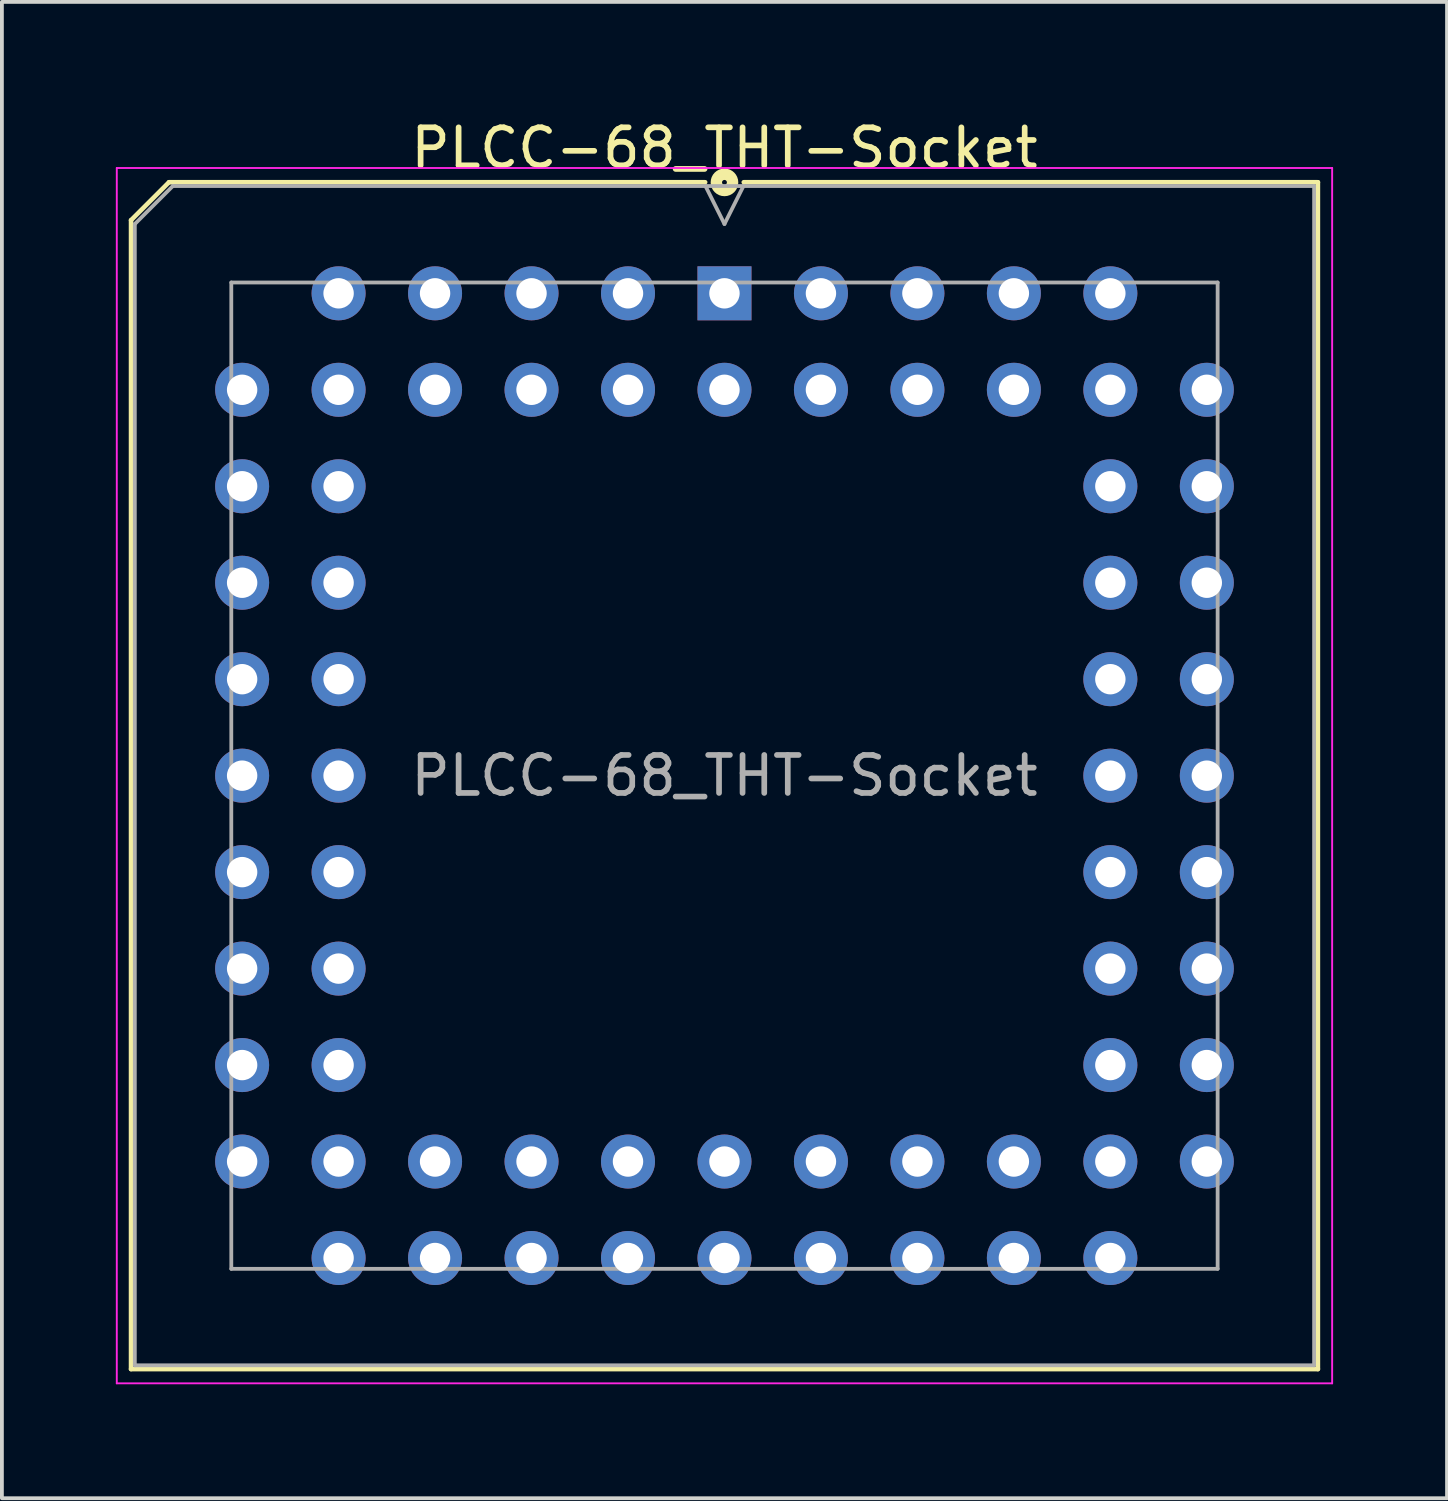
<source format=kicad_pcb>
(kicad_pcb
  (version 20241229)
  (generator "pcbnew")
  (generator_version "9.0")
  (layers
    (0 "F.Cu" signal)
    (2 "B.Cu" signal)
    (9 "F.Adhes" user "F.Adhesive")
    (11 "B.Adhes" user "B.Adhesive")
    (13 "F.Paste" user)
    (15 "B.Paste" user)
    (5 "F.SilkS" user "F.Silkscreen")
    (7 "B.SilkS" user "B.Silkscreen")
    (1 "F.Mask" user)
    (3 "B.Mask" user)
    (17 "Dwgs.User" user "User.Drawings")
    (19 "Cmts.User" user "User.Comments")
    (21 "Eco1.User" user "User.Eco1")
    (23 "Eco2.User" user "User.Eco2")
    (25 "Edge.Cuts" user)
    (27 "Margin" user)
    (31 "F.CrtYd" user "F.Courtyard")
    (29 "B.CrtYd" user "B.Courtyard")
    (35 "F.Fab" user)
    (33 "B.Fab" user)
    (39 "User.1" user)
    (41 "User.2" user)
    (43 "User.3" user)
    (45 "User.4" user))
  (footprint "PLCC-68_THT-Socket"
    (layer "F.Cu")
    (at 16.025 4.673)
    (property "Reference" "PLCC-68_THT-Socket" (at 0 -3.825 0) (layer "F.SilkS") (effects (font (size 1 1) (thickness 0.15))))
    (attr through_hole)
    (fp_line (start -15.625 -1.925) (end -15.625 28.325) (stroke (width 0.12) (type solid)) (layer "F.SilkS"))
    (fp_line (start -15.625 28.325) (end 15.625 28.325) (stroke (width 0.12) (type solid)) (layer "F.SilkS"))
    (fp_line (start -14.625 -2.925) (end -15.625 -1.925) (stroke (width 0.12) (type solid)) (layer "F.SilkS"))
    (fp_line (start -0.508 -2.925) (end -14.625 -2.925) (stroke (width 0.12) (type solid)) (layer "F.SilkS"))
    (fp_line (start 15.625 -2.925) (end 0.508 -2.925) (stroke (width 0.12) (type solid)) (layer "F.SilkS"))
    (fp_line (start 15.625 28.325) (end 15.625 -2.925) (stroke (width 0.12) (type solid)) (layer "F.SilkS"))
    (fp_circle (center 0 -2.921) (end 0.064 -2.921) (stroke (width 0.3) (type solid)) (fill no) (layer "F.SilkS"))
    (fp_line (start -16 -3.3) (end -16 28.7) (stroke (width 0.05) (type solid)) (layer "F.CrtYd"))
    (fp_line (start -16 28.7) (end 16 28.7) (stroke (width 0.05) (type solid)) (layer "F.CrtYd"))
    (fp_line (start 16 -3.3) (end -16 -3.3) (stroke (width 0.05) (type solid)) (layer "F.CrtYd"))
    (fp_line (start 16 28.7) (end 16 -3.3) (stroke (width 0.05) (type solid)) (layer "F.CrtYd"))
    (fp_line (start -15.525 -1.825) (end -15.525 28.225) (stroke (width 0.1) (type solid)) (layer "F.Fab"))
    (fp_line (start -15.525 28.225) (end 15.525 28.225) (stroke (width 0.1) (type solid)) (layer "F.Fab"))
    (fp_line (start -14.525 -2.825) (end -15.525 -1.825) (stroke (width 0.1) (type solid)) (layer "F.Fab"))
    (fp_line (start -12.985 -0.285) (end -12.985 25.685) (stroke (width 0.1) (type solid)) (layer "F.Fab"))
    (fp_line (start -12.985 25.685) (end 12.985 25.685) (stroke (width 0.1) (type solid)) (layer "F.Fab"))
    (fp_line (start -0.5 -2.825) (end 0 -1.825) (stroke (width 0.1) (type solid)) (layer "F.Fab"))
    (fp_line (start 0 -1.825) (end 0.5 -2.825) (stroke (width 0.1) (type solid)) (layer "F.Fab"))
    (fp_line (start 12.985 -0.285) (end -12.985 -0.285) (stroke (width 0.1) (type solid)) (layer "F.Fab"))
    (fp_line (start 12.985 25.685) (end 12.985 -0.285) (stroke (width 0.1) (type solid)) (layer "F.Fab"))
    (fp_line (start 15.525 -2.825) (end -14.525 -2.825) (stroke (width 0.1) (type solid)) (layer "F.Fab"))
    (fp_line (start 15.525 28.225) (end 15.525 -2.825) (stroke (width 0.1) (type solid)) (layer "F.Fab"))
    (fp_text user "${REFERENCE}" (at 0 12.7 0) (layer "F.Fab") (effects (font (size 1 1) (thickness 0.15))))
    (pad "1" thru_hole rect (at 0 0) (size 1.422 1.422) (drill 0.8) (layers "*.Cu" "*.Mask"))
    (pad "2" thru_hole circle (at 0 2.54) (size 1.422 1.422) (drill 0.8) (layers "*.Cu" "*.Mask"))
    (pad "3" thru_hole circle (at -2.54 0) (size 1.422 1.422) (drill 0.8) (layers "*.Cu" "*.Mask"))
    (pad "4" thru_hole circle (at -2.54 2.54) (size 1.422 1.422) (drill 0.8) (layers "*.Cu" "*.Mask"))
    (pad "5" thru_hole circle (at -5.08 0) (size 1.422 1.422) (drill 0.8) (layers "*.Cu" "*.Mask"))
    (pad "6" thru_hole circle (at -5.08 2.54) (size 1.422 1.422) (drill 0.8) (layers "*.Cu" "*.Mask"))
    (pad "7" thru_hole circle (at -7.62 0) (size 1.422 1.422) (drill 0.8) (layers "*.Cu" "*.Mask"))
    (pad "8" thru_hole circle (at -7.62 2.54) (size 1.422 1.422) (drill 0.8) (layers "*.Cu" "*.Mask"))
    (pad "9" thru_hole circle (at -10.16 0) (size 1.422 1.422) (drill 0.8) (layers "*.Cu" "*.Mask"))
    (pad "10" thru_hole circle (at -12.7 2.54) (size 1.422 1.422) (drill 0.8) (layers "*.Cu" "*.Mask"))
    (pad "11" thru_hole circle (at -10.16 2.54) (size 1.422 1.422) (drill 0.8) (layers "*.Cu" "*.Mask"))
    (pad "12" thru_hole circle (at -12.7 5.08) (size 1.422 1.422) (drill 0.8) (layers "*.Cu" "*.Mask"))
    (pad "13" thru_hole circle (at -10.16 5.08) (size 1.422 1.422) (drill 0.8) (layers "*.Cu" "*.Mask"))
    (pad "14" thru_hole circle (at -12.7 7.62) (size 1.422 1.422) (drill 0.8) (layers "*.Cu" "*.Mask"))
    (pad "15" thru_hole circle (at -10.16 7.62) (size 1.422 1.422) (drill 0.8) (layers "*.Cu" "*.Mask"))
    (pad "16" thru_hole circle (at -12.7 10.16) (size 1.422 1.422) (drill 0.8) (layers "*.Cu" "*.Mask"))
    (pad "17" thru_hole circle (at -10.16 10.16) (size 1.422 1.422) (drill 0.8) (layers "*.Cu" "*.Mask"))
    (pad "18" thru_hole circle (at -12.7 12.7) (size 1.422 1.422) (drill 0.8) (layers "*.Cu" "*.Mask"))
    (pad "19" thru_hole circle (at -10.16 12.7) (size 1.422 1.422) (drill 0.8) (layers "*.Cu" "*.Mask"))
    (pad "20" thru_hole circle (at -12.7 15.24) (size 1.422 1.422) (drill 0.8) (layers "*.Cu" "*.Mask"))
    (pad "21" thru_hole circle (at -10.16 15.24) (size 1.422 1.422) (drill 0.8) (layers "*.Cu" "*.Mask"))
    (pad "22" thru_hole circle (at -12.7 17.78) (size 1.422 1.422) (drill 0.8) (layers "*.Cu" "*.Mask"))
    (pad "23" thru_hole circle (at -10.16 17.78) (size 1.422 1.422) (drill 0.8) (layers "*.Cu" "*.Mask"))
    (pad "24" thru_hole circle (at -12.7 20.32) (size 1.422 1.422) (drill 0.8) (layers "*.Cu" "*.Mask"))
    (pad "25" thru_hole circle (at -10.16 20.32) (size 1.422 1.422) (drill 0.8) (layers "*.Cu" "*.Mask"))
    (pad "26" thru_hole circle (at -12.7 22.86) (size 1.422 1.422) (drill 0.8) (layers "*.Cu" "*.Mask"))
    (pad "27" thru_hole circle (at -10.16 25.4) (size 1.422 1.422) (drill 0.8) (layers "*.Cu" "*.Mask"))
    (pad "28" thru_hole circle (at -10.16 22.86) (size 1.422 1.422) (drill 0.8) (layers "*.Cu" "*.Mask"))
    (pad "29" thru_hole circle (at -7.62 25.4) (size 1.422 1.422) (drill 0.8) (layers "*.Cu" "*.Mask"))
    (pad "30" thru_hole circle (at -7.62 22.86) (size 1.422 1.422) (drill 0.8) (layers "*.Cu" "*.Mask"))
    (pad "31" thru_hole circle (at -5.08 25.4) (size 1.422 1.422) (drill 0.8) (layers "*.Cu" "*.Mask"))
    (pad "32" thru_hole circle (at -5.08 22.86) (size 1.422 1.422) (drill 0.8) (layers "*.Cu" "*.Mask"))
    (pad "33" thru_hole circle (at -2.54 25.4) (size 1.422 1.422) (drill 0.8) (layers "*.Cu" "*.Mask"))
    (pad "34" thru_hole circle (at -2.54 22.86) (size 1.422 1.422) (drill 0.8) (layers "*.Cu" "*.Mask"))
    (pad "35" thru_hole circle (at 0 25.4) (size 1.422 1.422) (drill 0.8) (layers "*.Cu" "*.Mask"))
    (pad "36" thru_hole circle (at 0 22.86) (size 1.422 1.422) (drill 0.8) (layers "*.Cu" "*.Mask"))
    (pad "37" thru_hole circle (at 2.54 25.4) (size 1.422 1.422) (drill 0.8) (layers "*.Cu" "*.Mask"))
    (pad "38" thru_hole circle (at 2.54 22.86) (size 1.422 1.422) (drill 0.8) (layers "*.Cu" "*.Mask"))
    (pad "39" thru_hole circle (at 5.08 25.4) (size 1.422 1.422) (drill 0.8) (layers "*.Cu" "*.Mask"))
    (pad "40" thru_hole circle (at 5.08 22.86) (size 1.422 1.422) (drill 0.8) (layers "*.Cu" "*.Mask"))
    (pad "41" thru_hole circle (at 7.62 25.4) (size 1.422 1.422) (drill 0.8) (layers "*.Cu" "*.Mask"))
    (pad "42" thru_hole circle (at 7.62 22.86) (size 1.422 1.422) (drill 0.8) (layers "*.Cu" "*.Mask"))
    (pad "43" thru_hole circle (at 10.16 25.4) (size 1.422 1.422) (drill 0.8) (layers "*.Cu" "*.Mask"))
    (pad "44" thru_hole circle (at 12.7 22.86) (size 1.422 1.422) (drill 0.8) (layers "*.Cu" "*.Mask"))
    (pad "45" thru_hole circle (at 10.16 22.86) (size 1.422 1.422) (drill 0.8) (layers "*.Cu" "*.Mask"))
    (pad "46" thru_hole circle (at 12.7 20.32) (size 1.422 1.422) (drill 0.8) (layers "*.Cu" "*.Mask"))
    (pad "47" thru_hole circle (at 10.16 20.32) (size 1.422 1.422) (drill 0.8) (layers "*.Cu" "*.Mask"))
    (pad "48" thru_hole circle (at 12.7 17.78) (size 1.422 1.422) (drill 0.8) (layers "*.Cu" "*.Mask"))
    (pad "49" thru_hole circle (at 10.16 17.78) (size 1.422 1.422) (drill 0.8) (layers "*.Cu" "*.Mask"))
    (pad "50" thru_hole circle (at 12.7 15.24) (size 1.422 1.422) (drill 0.8) (layers "*.Cu" "*.Mask"))
    (pad "51" thru_hole circle (at 10.16 15.24) (size 1.422 1.422) (drill 0.8) (layers "*.Cu" "*.Mask"))
    (pad "52" thru_hole circle (at 12.7 12.7) (size 1.422 1.422) (drill 0.8) (layers "*.Cu" "*.Mask"))
    (pad "53" thru_hole circle (at 10.16 12.7) (size 1.422 1.422) (drill 0.8) (layers "*.Cu" "*.Mask"))
    (pad "54" thru_hole circle (at 12.7 10.16) (size 1.422 1.422) (drill 0.8) (layers "*.Cu" "*.Mask"))
    (pad "55" thru_hole circle (at 10.16 10.16) (size 1.422 1.422) (drill 0.8) (layers "*.Cu" "*.Mask"))
    (pad "56" thru_hole circle (at 12.7 7.62) (size 1.422 1.422) (drill 0.8) (layers "*.Cu" "*.Mask"))
    (pad "57" thru_hole circle (at 10.16 7.62) (size 1.422 1.422) (drill 0.8) (layers "*.Cu" "*.Mask"))
    (pad "58" thru_hole circle (at 12.7 5.08) (size 1.422 1.422) (drill 0.8) (layers "*.Cu" "*.Mask"))
    (pad "59" thru_hole circle (at 10.16 5.08) (size 1.422 1.422) (drill 0.8) (layers "*.Cu" "*.Mask"))
    (pad "60" thru_hole circle (at 12.7 2.54) (size 1.422 1.422) (drill 0.8) (layers "*.Cu" "*.Mask"))
    (pad "61" thru_hole circle (at 10.16 0) (size 1.422 1.422) (drill 0.8) (layers "*.Cu" "*.Mask"))
    (pad "62" thru_hole circle (at 10.16 2.54) (size 1.422 1.422) (drill 0.8) (layers "*.Cu" "*.Mask"))
    (pad "63" thru_hole circle (at 7.62 0) (size 1.422 1.422) (drill 0.8) (layers "*.Cu" "*.Mask"))
    (pad "64" thru_hole circle (at 7.62 2.54) (size 1.422 1.422) (drill 0.8) (layers "*.Cu" "*.Mask"))
    (pad "65" thru_hole circle (at 5.08 0) (size 1.422 1.422) (drill 0.8) (layers "*.Cu" "*.Mask"))
    (pad "66" thru_hole circle (at 5.08 2.54) (size 1.422 1.422) (drill 0.8) (layers "*.Cu" "*.Mask"))
    (pad "67" thru_hole circle (at 2.54 0) (size 1.422 1.422) (drill 0.8) (layers "*.Cu" "*.Mask"))
    (pad "68" thru_hole circle (at 2.54 2.54) (size 1.422 1.422) (drill 0.8) (layers "*.Cu" "*.Mask")))
  (gr_rect
    (start -3 -3)
    (end 35.05 36.398)
    (stroke (width 0.1) (type default))
    (fill no)
    (layer "Edge.Cuts")))
</source>
